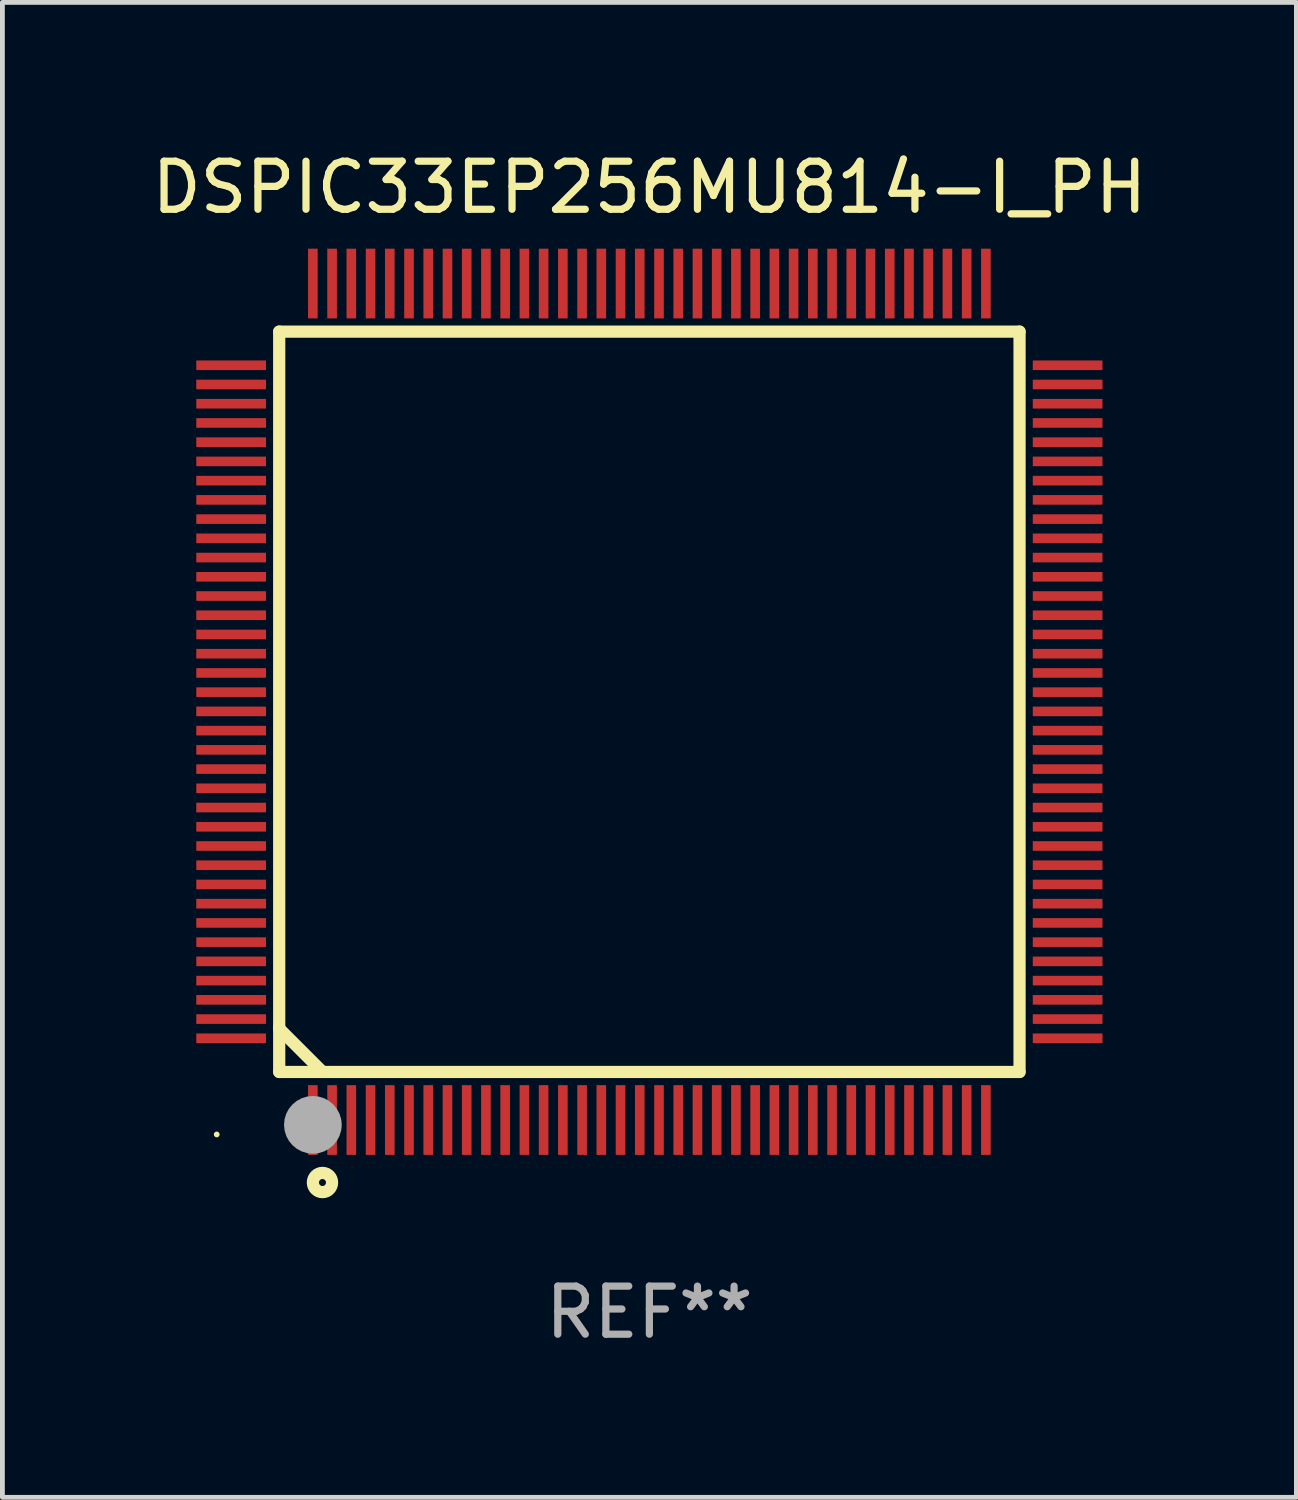
<source format=kicad_pcb>
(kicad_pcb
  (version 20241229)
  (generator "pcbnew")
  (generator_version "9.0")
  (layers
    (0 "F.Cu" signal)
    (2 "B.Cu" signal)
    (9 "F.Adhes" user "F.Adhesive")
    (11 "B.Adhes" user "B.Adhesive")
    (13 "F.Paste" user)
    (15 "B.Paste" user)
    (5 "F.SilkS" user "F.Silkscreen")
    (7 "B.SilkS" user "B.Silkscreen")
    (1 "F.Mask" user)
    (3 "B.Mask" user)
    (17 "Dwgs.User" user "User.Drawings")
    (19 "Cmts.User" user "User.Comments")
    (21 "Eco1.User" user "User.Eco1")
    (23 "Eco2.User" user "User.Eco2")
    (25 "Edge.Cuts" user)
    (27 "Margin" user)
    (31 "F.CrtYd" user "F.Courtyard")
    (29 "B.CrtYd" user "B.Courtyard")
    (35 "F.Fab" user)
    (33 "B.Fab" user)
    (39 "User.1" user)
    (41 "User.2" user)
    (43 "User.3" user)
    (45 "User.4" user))
  (footprint "DSPIC33EP256MU814-I_PH"
    (layer "F.Cu")
    (at 10.458 11.548)
    (property "Reference" "DSPIC33EP256MU814-I_PH" (at 0 -10.7 0) (layer "F.SilkS") (effects (font (size 1 1) (thickness 0.15))))
    (attr through_hole)
    (fp_line (start -7.7 -7.7) (end -7.7 7.7) (stroke (width 0.254) (type solid)) (layer "F.SilkS"))
    (fp_line (start -7.7 -7.7) (end 7.7 -7.7) (stroke (width 0.254) (type solid)) (layer "F.SilkS"))
    (fp_line (start -7.7 6.774) (end -7.7 6.798) (stroke (width 0.254) (type solid)) (layer "F.SilkS"))
    (fp_line (start -7.7 6.798) (end -6.798 7.7) (stroke (width 0.254) (type solid)) (layer "F.SilkS"))
    (fp_line (start -7.7 7.7) (end 7.7 7.7) (stroke (width 0.254) (type solid)) (layer "F.SilkS"))
    (fp_line (start 7.7 7.7) (end 7.7 -7.7) (stroke (width 0.254) (type solid)) (layer "F.SilkS"))
    (fp_circle (center -9 9) (end -8.97 9) (stroke (width 0.06) (type solid)) (fill no) (layer "F.SilkS"))
    (fp_circle (center -6.8 10) (end -6.6 10) (stroke (width 0.254) (type solid)) (fill no) (layer "F.SilkS"))
    (fp_circle (center -7 8.8) (end -6.7 8.8) (stroke (width 0.6) (type solid)) (fill no) (layer "F.Fab"))
    (fp_text user "REF**" (at 0 12.7 0) (layer "F.Fab") (effects (font (size 1 1) (thickness 0.15))))
    (pad "1" smd rect (at -7 8.7) (size 0.2 1.45) (layers "F.Cu" "F.Mask" "F.Paste"))
    (pad "2" smd rect (at -6.6 8.7) (size 0.2 1.45) (layers "F.Cu" "F.Mask" "F.Paste"))
    (pad "3" smd rect (at -6.2 8.7) (size 0.2 1.45) (layers "F.Cu" "F.Mask" "F.Paste"))
    (pad "4" smd rect (at -5.8 8.7) (size 0.2 1.45) (layers "F.Cu" "F.Mask" "F.Paste"))
    (pad "5" smd rect (at -5.4 8.7) (size 0.2 1.45) (layers "F.Cu" "F.Mask" "F.Paste"))
    (pad "6" smd rect (at -5 8.7) (size 0.2 1.45) (layers "F.Cu" "F.Mask" "F.Paste"))
    (pad "7" smd rect (at -4.6 8.7) (size 0.2 1.45) (layers "F.Cu" "F.Mask" "F.Paste"))
    (pad "8" smd rect (at -4.2 8.7) (size 0.2 1.45) (layers "F.Cu" "F.Mask" "F.Paste"))
    (pad "9" smd rect (at -3.8 8.7) (size 0.2 1.45) (layers "F.Cu" "F.Mask" "F.Paste"))
    (pad "10" smd rect (at -3.4 8.7) (size 0.2 1.45) (layers "F.Cu" "F.Mask" "F.Paste"))
    (pad "11" smd rect (at -3 8.7) (size 0.2 1.45) (layers "F.Cu" "F.Mask" "F.Paste"))
    (pad "12" smd rect (at -2.6 8.7) (size 0.2 1.45) (layers "F.Cu" "F.Mask" "F.Paste"))
    (pad "13" smd rect (at -2.2 8.7) (size 0.2 1.45) (layers "F.Cu" "F.Mask" "F.Paste"))
    (pad "14" smd rect (at -1.8 8.7) (size 0.2 1.45) (layers "F.Cu" "F.Mask" "F.Paste"))
    (pad "15" smd rect (at -1.4 8.7) (size 0.2 1.45) (layers "F.Cu" "F.Mask" "F.Paste"))
    (pad "16" smd rect (at -1 8.7) (size 0.2 1.45) (layers "F.Cu" "F.Mask" "F.Paste"))
    (pad "17" smd rect (at -0.6 8.7) (size 0.2 1.45) (layers "F.Cu" "F.Mask" "F.Paste"))
    (pad "18" smd rect (at -0.2 8.7) (size 0.2 1.45) (layers "F.Cu" "F.Mask" "F.Paste"))
    (pad "19" smd rect (at 0.2 8.7) (size 0.2 1.45) (layers "F.Cu" "F.Mask" "F.Paste"))
    (pad "20" smd rect (at 0.6 8.7) (size 0.2 1.45) (layers "F.Cu" "F.Mask" "F.Paste"))
    (pad "21" smd rect (at 1 8.7) (size 0.2 1.45) (layers "F.Cu" "F.Mask" "F.Paste"))
    (pad "22" smd rect (at 1.4 8.7) (size 0.2 1.45) (layers "F.Cu" "F.Mask" "F.Paste"))
    (pad "23" smd rect (at 1.8 8.7) (size 0.2 1.45) (layers "F.Cu" "F.Mask" "F.Paste"))
    (pad "24" smd rect (at 2.2 8.7) (size 0.2 1.45) (layers "F.Cu" "F.Mask" "F.Paste"))
    (pad "25" smd rect (at 2.6 8.7) (size 0.2 1.45) (layers "F.Cu" "F.Mask" "F.Paste"))
    (pad "26" smd rect (at 3 8.7) (size 0.2 1.45) (layers "F.Cu" "F.Mask" "F.Paste"))
    (pad "27" smd rect (at 3.4 8.7) (size 0.2 1.45) (layers "F.Cu" "F.Mask" "F.Paste"))
    (pad "28" smd rect (at 3.8 8.7) (size 0.2 1.45) (layers "F.Cu" "F.Mask" "F.Paste"))
    (pad "29" smd rect (at 4.2 8.7) (size 0.2 1.45) (layers "F.Cu" "F.Mask" "F.Paste"))
    (pad "30" smd rect (at 4.6 8.7) (size 0.2 1.45) (layers "F.Cu" "F.Mask" "F.Paste"))
    (pad "31" smd rect (at 5 8.7) (size 0.2 1.45) (layers "F.Cu" "F.Mask" "F.Paste"))
    (pad "32" smd rect (at 5.4 8.7) (size 0.2 1.45) (layers "F.Cu" "F.Mask" "F.Paste"))
    (pad "33" smd rect (at 5.8 8.7) (size 0.2 1.45) (layers "F.Cu" "F.Mask" "F.Paste"))
    (pad "34" smd rect (at 6.2 8.7) (size 0.2 1.45) (layers "F.Cu" "F.Mask" "F.Paste"))
    (pad "35" smd rect (at 6.6 8.7) (size 0.2 1.45) (layers "F.Cu" "F.Mask" "F.Paste"))
    (pad "36" smd rect (at 7 8.7) (size 0.2 1.45) (layers "F.Cu" "F.Mask" "F.Paste"))
    (pad "37" smd rect (at 8.7 7) (size 1.45 0.2) (layers "F.Cu" "F.Mask" "F.Paste"))
    (pad "38" smd rect (at 8.7 6.6) (size 1.45 0.2) (layers "F.Cu" "F.Mask" "F.Paste"))
    (pad "39" smd rect (at 8.7 6.2) (size 1.45 0.2) (layers "F.Cu" "F.Mask" "F.Paste"))
    (pad "40" smd rect (at 8.7 5.8) (size 1.45 0.2) (layers "F.Cu" "F.Mask" "F.Paste"))
    (pad "41" smd rect (at 8.7 5.4) (size 1.45 0.2) (layers "F.Cu" "F.Mask" "F.Paste"))
    (pad "42" smd rect (at 8.7 5) (size 1.45 0.2) (layers "F.Cu" "F.Mask" "F.Paste"))
    (pad "43" smd rect (at 8.7 4.6) (size 1.45 0.2) (layers "F.Cu" "F.Mask" "F.Paste"))
    (pad "44" smd rect (at 8.7 4.2) (size 1.45 0.2) (layers "F.Cu" "F.Mask" "F.Paste"))
    (pad "45" smd rect (at 8.7 3.8) (size 1.45 0.2) (layers "F.Cu" "F.Mask" "F.Paste"))
    (pad "46" smd rect (at 8.7 3.4) (size 1.45 0.2) (layers "F.Cu" "F.Mask" "F.Paste"))
    (pad "47" smd rect (at 8.7 3) (size 1.45 0.2) (layers "F.Cu" "F.Mask" "F.Paste"))
    (pad "48" smd rect (at 8.7 2.6) (size 1.45 0.2) (layers "F.Cu" "F.Mask" "F.Paste"))
    (pad "49" smd rect (at 8.7 2.2) (size 1.45 0.2) (layers "F.Cu" "F.Mask" "F.Paste"))
    (pad "50" smd rect (at 8.7 1.8) (size 1.45 0.2) (layers "F.Cu" "F.Mask" "F.Paste"))
    (pad "51" smd rect (at 8.7 1.4) (size 1.45 0.2) (layers "F.Cu" "F.Mask" "F.Paste"))
    (pad "52" smd rect (at 8.7 1) (size 1.45 0.2) (layers "F.Cu" "F.Mask" "F.Paste"))
    (pad "53" smd rect (at 8.7 0.6) (size 1.45 0.2) (layers "F.Cu" "F.Mask" "F.Paste"))
    (pad "54" smd rect (at 8.7 0.2) (size 1.45 0.2) (layers "F.Cu" "F.Mask" "F.Paste"))
    (pad "55" smd rect (at 8.7 -0.2) (size 1.45 0.2) (layers "F.Cu" "F.Mask" "F.Paste"))
    (pad "56" smd rect (at 8.7 -0.6) (size 1.45 0.2) (layers "F.Cu" "F.Mask" "F.Paste"))
    (pad "57" smd rect (at 8.7 -1) (size 1.45 0.2) (layers "F.Cu" "F.Mask" "F.Paste"))
    (pad "58" smd rect (at 8.7 -1.4) (size 1.45 0.2) (layers "F.Cu" "F.Mask" "F.Paste"))
    (pad "59" smd rect (at 8.7 -1.8) (size 1.45 0.2) (layers "F.Cu" "F.Mask" "F.Paste"))
    (pad "60" smd rect (at 8.7 -2.2) (size 1.45 0.2) (layers "F.Cu" "F.Mask" "F.Paste"))
    (pad "61" smd rect (at 8.7 -2.6) (size 1.45 0.2) (layers "F.Cu" "F.Mask" "F.Paste"))
    (pad "62" smd rect (at 8.7 -3) (size 1.45 0.2) (layers "F.Cu" "F.Mask" "F.Paste"))
    (pad "63" smd rect (at 8.7 -3.4) (size 1.45 0.2) (layers "F.Cu" "F.Mask" "F.Paste"))
    (pad "64" smd rect (at 8.7 -3.8) (size 1.45 0.2) (layers "F.Cu" "F.Mask" "F.Paste"))
    (pad "65" smd rect (at 8.7 -4.2) (size 1.45 0.2) (layers "F.Cu" "F.Mask" "F.Paste"))
    (pad "66" smd rect (at 8.7 -4.6) (size 1.45 0.2) (layers "F.Cu" "F.Mask" "F.Paste"))
    (pad "67" smd rect (at 8.7 -5) (size 1.45 0.2) (layers "F.Cu" "F.Mask" "F.Paste"))
    (pad "68" smd rect (at 8.7 -5.4) (size 1.45 0.2) (layers "F.Cu" "F.Mask" "F.Paste"))
    (pad "69" smd rect (at 8.7 -5.8) (size 1.45 0.2) (layers "F.Cu" "F.Mask" "F.Paste"))
    (pad "70" smd rect (at 8.7 -6.2) (size 1.45 0.2) (layers "F.Cu" "F.Mask" "F.Paste"))
    (pad "71" smd rect (at 8.7 -6.6) (size 1.45 0.2) (layers "F.Cu" "F.Mask" "F.Paste"))
    (pad "72" smd rect (at 8.7 -7) (size 1.45 0.2) (layers "F.Cu" "F.Mask" "F.Paste"))
    (pad "73" smd rect (at 7 -8.7) (size 0.2 1.45) (layers "F.Cu" "F.Mask" "F.Paste"))
    (pad "74" smd rect (at 6.6 -8.7) (size 0.2 1.45) (layers "F.Cu" "F.Mask" "F.Paste"))
    (pad "75" smd rect (at 6.2 -8.7) (size 0.2 1.45) (layers "F.Cu" "F.Mask" "F.Paste"))
    (pad "76" smd rect (at 5.8 -8.7) (size 0.2 1.45) (layers "F.Cu" "F.Mask" "F.Paste"))
    (pad "77" smd rect (at 5.4 -8.7) (size 0.2 1.45) (layers "F.Cu" "F.Mask" "F.Paste"))
    (pad "78" smd rect (at 5 -8.7) (size 0.2 1.45) (layers "F.Cu" "F.Mask" "F.Paste"))
    (pad "79" smd rect (at 4.6 -8.7) (size 0.2 1.45) (layers "F.Cu" "F.Mask" "F.Paste"))
    (pad "80" smd rect (at 4.2 -8.7) (size 0.2 1.45) (layers "F.Cu" "F.Mask" "F.Paste"))
    (pad "81" smd rect (at 3.8 -8.7) (size 0.2 1.45) (layers "F.Cu" "F.Mask" "F.Paste"))
    (pad "82" smd rect (at 3.4 -8.7) (size 0.2 1.45) (layers "F.Cu" "F.Mask" "F.Paste"))
    (pad "83" smd rect (at 3 -8.7) (size 0.2 1.45) (layers "F.Cu" "F.Mask" "F.Paste"))
    (pad "84" smd rect (at 2.6 -8.7) (size 0.2 1.45) (layers "F.Cu" "F.Mask" "F.Paste"))
    (pad "85" smd rect (at 2.2 -8.7) (size 0.2 1.45) (layers "F.Cu" "F.Mask" "F.Paste"))
    (pad "86" smd rect (at 1.8 -8.7) (size 0.2 1.45) (layers "F.Cu" "F.Mask" "F.Paste"))
    (pad "87" smd rect (at 1.4 -8.7) (size 0.2 1.45) (layers "F.Cu" "F.Mask" "F.Paste"))
    (pad "88" smd rect (at 1 -8.7) (size 0.2 1.45) (layers "F.Cu" "F.Mask" "F.Paste"))
    (pad "89" smd rect (at 0.6 -8.7) (size 0.2 1.45) (layers "F.Cu" "F.Mask" "F.Paste"))
    (pad "90" smd rect (at 0.2 -8.7) (size 0.2 1.45) (layers "F.Cu" "F.Mask" "F.Paste"))
    (pad "91" smd rect (at -0.2 -8.7) (size 0.2 1.45) (layers "F.Cu" "F.Mask" "F.Paste"))
    (pad "92" smd rect (at -0.6 -8.7) (size 0.2 1.45) (layers "F.Cu" "F.Mask" "F.Paste"))
    (pad "93" smd rect (at -1 -8.7) (size 0.2 1.45) (layers "F.Cu" "F.Mask" "F.Paste"))
    (pad "94" smd rect (at -1.4 -8.7) (size 0.2 1.45) (layers "F.Cu" "F.Mask" "F.Paste"))
    (pad "95" smd rect (at -1.8 -8.7) (size 0.2 1.45) (layers "F.Cu" "F.Mask" "F.Paste"))
    (pad "96" smd rect (at -2.2 -8.7) (size 0.2 1.45) (layers "F.Cu" "F.Mask" "F.Paste"))
    (pad "97" smd rect (at -2.6 -8.7) (size 0.2 1.45) (layers "F.Cu" "F.Mask" "F.Paste"))
    (pad "98" smd rect (at -3 -8.7) (size 0.2 1.45) (layers "F.Cu" "F.Mask" "F.Paste"))
    (pad "99" smd rect (at -3.4 -8.7) (size 0.2 1.45) (layers "F.Cu" "F.Mask" "F.Paste"))
    (pad "100" smd rect (at -3.8 -8.7) (size 0.2 1.45) (layers "F.Cu" "F.Mask" "F.Paste"))
    (pad "101" smd rect (at -4.2 -8.7) (size 0.2 1.45) (layers "F.Cu" "F.Mask" "F.Paste"))
    (pad "102" smd rect (at -4.6 -8.7) (size 0.2 1.45) (layers "F.Cu" "F.Mask" "F.Paste"))
    (pad "103" smd rect (at -5 -8.7) (size 0.2 1.45) (layers "F.Cu" "F.Mask" "F.Paste"))
    (pad "104" smd rect (at -5.4 -8.7) (size 0.2 1.45) (layers "F.Cu" "F.Mask" "F.Paste"))
    (pad "105" smd rect (at -5.8 -8.7) (size 0.2 1.45) (layers "F.Cu" "F.Mask" "F.Paste"))
    (pad "106" smd rect (at -6.2 -8.7) (size 0.2 1.45) (layers "F.Cu" "F.Mask" "F.Paste"))
    (pad "107" smd rect (at -6.6 -8.7) (size 0.2 1.45) (layers "F.Cu" "F.Mask" "F.Paste"))
    (pad "108" smd rect (at -7 -8.7) (size 0.2 1.45) (layers "F.Cu" "F.Mask" "F.Paste"))
    (pad "109" smd rect (at -8.7 -7) (size 1.45 0.2) (layers "F.Cu" "F.Mask" "F.Paste"))
    (pad "110" smd rect (at -8.7 -6.6) (size 1.45 0.2) (layers "F.Cu" "F.Mask" "F.Paste"))
    (pad "111" smd rect (at -8.7 -6.2) (size 1.45 0.2) (layers "F.Cu" "F.Mask" "F.Paste"))
    (pad "112" smd rect (at -8.7 -5.8) (size 1.45 0.2) (layers "F.Cu" "F.Mask" "F.Paste"))
    (pad "113" smd rect (at -8.7 -5.4) (size 1.45 0.2) (layers "F.Cu" "F.Mask" "F.Paste"))
    (pad "114" smd rect (at -8.7 -5) (size 1.45 0.2) (layers "F.Cu" "F.Mask" "F.Paste"))
    (pad "115" smd rect (at -8.7 -4.6) (size 1.45 0.2) (layers "F.Cu" "F.Mask" "F.Paste"))
    (pad "116" smd rect (at -8.7 -4.2) (size 1.45 0.2) (layers "F.Cu" "F.Mask" "F.Paste"))
    (pad "117" smd rect (at -8.7 -3.8) (size 1.45 0.2) (layers "F.Cu" "F.Mask" "F.Paste"))
    (pad "118" smd rect (at -8.7 -3.4) (size 1.45 0.2) (layers "F.Cu" "F.Mask" "F.Paste"))
    (pad "119" smd rect (at -8.7 -3) (size 1.45 0.2) (layers "F.Cu" "F.Mask" "F.Paste"))
    (pad "120" smd rect (at -8.7 -2.6) (size 1.45 0.2) (layers "F.Cu" "F.Mask" "F.Paste"))
    (pad "121" smd rect (at -8.7 -2.2) (size 1.45 0.2) (layers "F.Cu" "F.Mask" "F.Paste"))
    (pad "122" smd rect (at -8.7 -1.8) (size 1.45 0.2) (layers "F.Cu" "F.Mask" "F.Paste"))
    (pad "123" smd rect (at -8.7 -1.4) (size 1.45 0.2) (layers "F.Cu" "F.Mask" "F.Paste"))
    (pad "124" smd rect (at -8.7 -1) (size 1.45 0.2) (layers "F.Cu" "F.Mask" "F.Paste"))
    (pad "125" smd rect (at -8.7 -0.6) (size 1.45 0.2) (layers "F.Cu" "F.Mask" "F.Paste"))
    (pad "126" smd rect (at -8.7 -0.2) (size 1.45 0.2) (layers "F.Cu" "F.Mask" "F.Paste"))
    (pad "127" smd rect (at -8.7 0.2) (size 1.45 0.2) (layers "F.Cu" "F.Mask" "F.Paste"))
    (pad "128" smd rect (at -8.7 0.6) (size 1.45 0.2) (layers "F.Cu" "F.Mask" "F.Paste"))
    (pad "129" smd rect (at -8.7 1) (size 1.45 0.2) (layers "F.Cu" "F.Mask" "F.Paste"))
    (pad "130" smd rect (at -8.7 1.4) (size 1.45 0.2) (layers "F.Cu" "F.Mask" "F.Paste"))
    (pad "131" smd rect (at -8.7 1.8) (size 1.45 0.2) (layers "F.Cu" "F.Mask" "F.Paste"))
    (pad "132" smd rect (at -8.7 2.2) (size 1.45 0.2) (layers "F.Cu" "F.Mask" "F.Paste"))
    (pad "133" smd rect (at -8.7 2.6) (size 1.45 0.2) (layers "F.Cu" "F.Mask" "F.Paste"))
    (pad "134" smd rect (at -8.7 3) (size 1.45 0.2) (layers "F.Cu" "F.Mask" "F.Paste"))
    (pad "135" smd rect (at -8.7 3.4) (size 1.45 0.2) (layers "F.Cu" "F.Mask" "F.Paste"))
    (pad "136" smd rect (at -8.7 3.8) (size 1.45 0.2) (layers "F.Cu" "F.Mask" "F.Paste"))
    (pad "137" smd rect (at -8.7 4.2) (size 1.45 0.2) (layers "F.Cu" "F.Mask" "F.Paste"))
    (pad "138" smd rect (at -8.7 4.6) (size 1.45 0.2) (layers "F.Cu" "F.Mask" "F.Paste"))
    (pad "139" smd rect (at -8.7 5) (size 1.45 0.2) (layers "F.Cu" "F.Mask" "F.Paste"))
    (pad "140" smd rect (at -8.7 5.4) (size 1.45 0.2) (layers "F.Cu" "F.Mask" "F.Paste"))
    (pad "141" smd rect (at -8.7 5.8) (size 1.45 0.2) (layers "F.Cu" "F.Mask" "F.Paste"))
    (pad "142" smd rect (at -8.7 6.2) (size 1.45 0.2) (layers "F.Cu" "F.Mask" "F.Paste"))
    (pad "143" smd rect (at -8.7 6.6) (size 1.45 0.2) (layers "F.Cu" "F.Mask" "F.Paste"))
    (pad "144" smd rect (at -8.7 7) (size 1.45 0.2) (layers "F.Cu" "F.Mask" "F.Paste")))
  (gr_rect
    (start -3 -3)
    (end 23.917 28.096)
    (stroke (width 0.1) (type default))
    (fill no)
    (layer "Edge.Cuts")))
</source>
